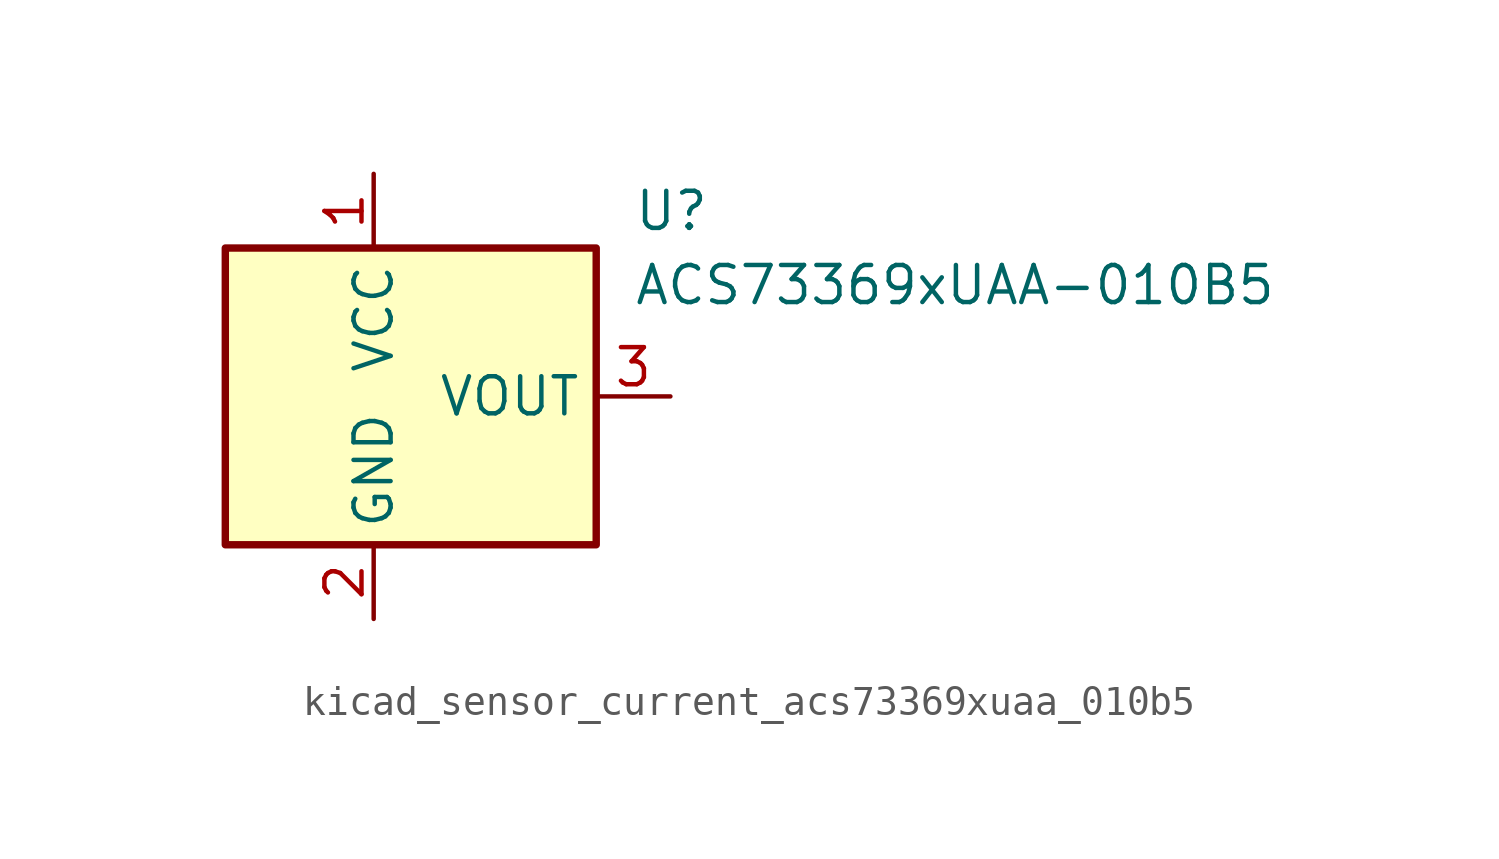
<source format=kicad_sym>
(kicad_symbol_lib
  (version 20220914)
  (generator kicad_symbol_editor)
  (symbol "kicad_sensor_current_acs73369xuaa_010b5"
    (property "Reference" "U"
      (at 8.89 6.35 0)
      (effects (font (size 1.27 1.27)) (justify left)))
    (property "Value" "ACS73369xUAA-010B5"
      (at 8.89 3.81 0)
      (effects (font (size 1.27 1.27)) (justify left)))
    (symbol "kicad_sensor_current_acs73369xuaa_010b5_0_1"
      (rectangle (start -5.08 5.08) (end 7.62 -5.08) (stroke (width 0.254) (type default)) (fill (type background))))
    (symbol "kicad_sensor_current_acs73369xuaa_010b5_1_1"
      (pin power_in line (at 0 7.62 270) (length 2.54) (name "VCC" (effects (font (size 1.27 1.27)))) (number "1" (effects (font (size 1.27 1.27)))))
      (pin power_in line (at 0 -7.62 90) (length 2.54) (name "GND" (effects (font (size 1.27 1.27)))) (number "2" (effects (font (size 1.27 1.27)))))
      (pin output line (at 10.16 0 180) (length 2.54) (name "VOUT" (effects (font (size 1.27 1.27)))) (number "3" (effects (font (size 1.27 1.27))))))))
</source>
